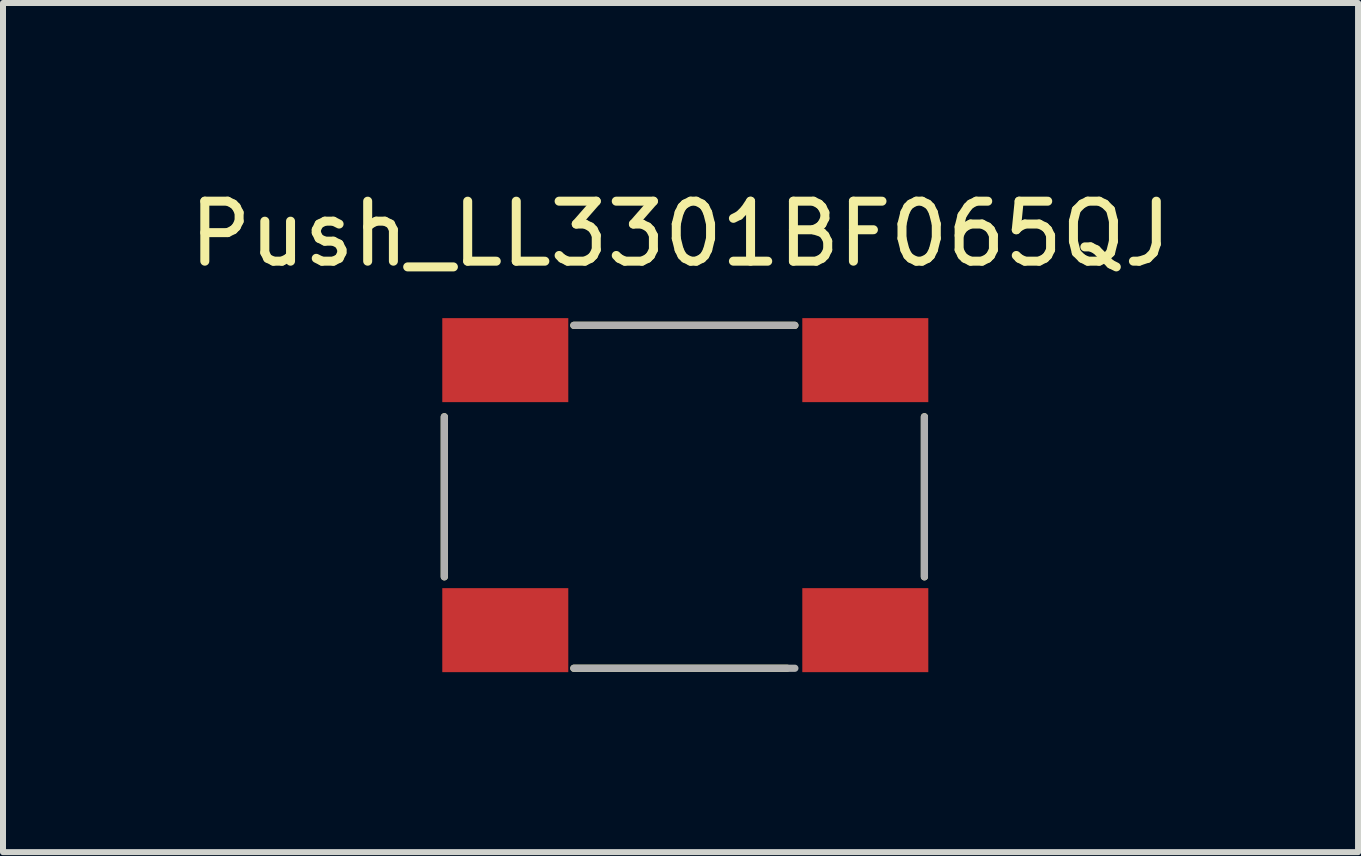
<source format=kicad_pcb>
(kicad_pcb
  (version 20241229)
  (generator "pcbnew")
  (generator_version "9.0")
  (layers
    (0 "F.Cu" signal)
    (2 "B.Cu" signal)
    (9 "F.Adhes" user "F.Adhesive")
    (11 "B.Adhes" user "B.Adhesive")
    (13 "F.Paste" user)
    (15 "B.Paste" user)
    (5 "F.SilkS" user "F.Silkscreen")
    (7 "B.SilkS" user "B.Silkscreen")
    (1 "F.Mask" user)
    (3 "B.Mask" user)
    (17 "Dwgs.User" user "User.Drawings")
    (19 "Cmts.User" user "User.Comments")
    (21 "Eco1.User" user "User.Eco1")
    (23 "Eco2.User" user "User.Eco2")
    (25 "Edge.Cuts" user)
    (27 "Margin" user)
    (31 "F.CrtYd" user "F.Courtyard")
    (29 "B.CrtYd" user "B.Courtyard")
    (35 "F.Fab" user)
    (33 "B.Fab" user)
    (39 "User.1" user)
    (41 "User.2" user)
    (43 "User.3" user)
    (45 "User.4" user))
  (footprint "Push_LL3301BF065QJ"
    (layer "F.Cu")
    (at 5.371 7.452)
    (property "Reference" "Push_LL3301BF065QJ" (at 2.921 -6.604 0) (layer "F.SilkS") (effects (font (size 1 1) (thickness 0.15))))
    (attr through_hole)
    (fp_line (start -1.016 -3.556) (end -1.016 -0.889) (stroke (width 0.12) (type solid)) (layer "F.SilkS"))
    (fp_line (start 1.143 -5.08) (end 4.826 -5.08) (stroke (width 0.12) (type solid)) (layer "F.SilkS"))
    (fp_line (start 1.143 0.635) (end 4.699 0.635) (stroke (width 0.12) (type solid)) (layer "F.SilkS"))
    (fp_line (start 6.985 -0.889) (end 6.985 -3.556) (stroke (width 0.12) (type solid)) (layer "F.SilkS"))
    (fp_line (start -1.016 -3.556) (end -1.016 -0.889) (stroke (width 0.12) (type solid)) (layer "F.Fab"))
    (fp_line (start 1.143 -5.08) (end 4.826 -5.08) (stroke (width 0.12) (type solid)) (layer "F.Fab"))
    (fp_line (start 4.826 0.635) (end 1.143 0.635) (stroke (width 0.12) (type solid)) (layer "F.Fab"))
    (fp_line (start 6.985 -0.889) (end 6.985 -3.556) (stroke (width 0.12) (type solid)) (layer "F.Fab"))
    (pad "1" smd rect (at 0 -4.5) (size 2.1 1.4) (layers "F.Cu" "F.Mask" "F.Paste"))
    (pad "2" smd rect (at 6 -4.5) (size 2.1 1.4) (layers "F.Cu" "F.Mask" "F.Paste"))
    (pad "3" smd rect (at 0 0) (size 2.1 1.4) (layers "F.Cu" "F.Mask" "F.Paste"))
    (pad "4" smd rect (at 6 0) (size 2.1 1.4) (layers "F.Cu" "F.Mask" "F.Paste")))
  (gr_rect
    (start -3 -3)
    (end 19.583 11.152)
    (stroke (width 0.1) (type default))
    (fill no)
    (layer "Edge.Cuts")))
</source>
